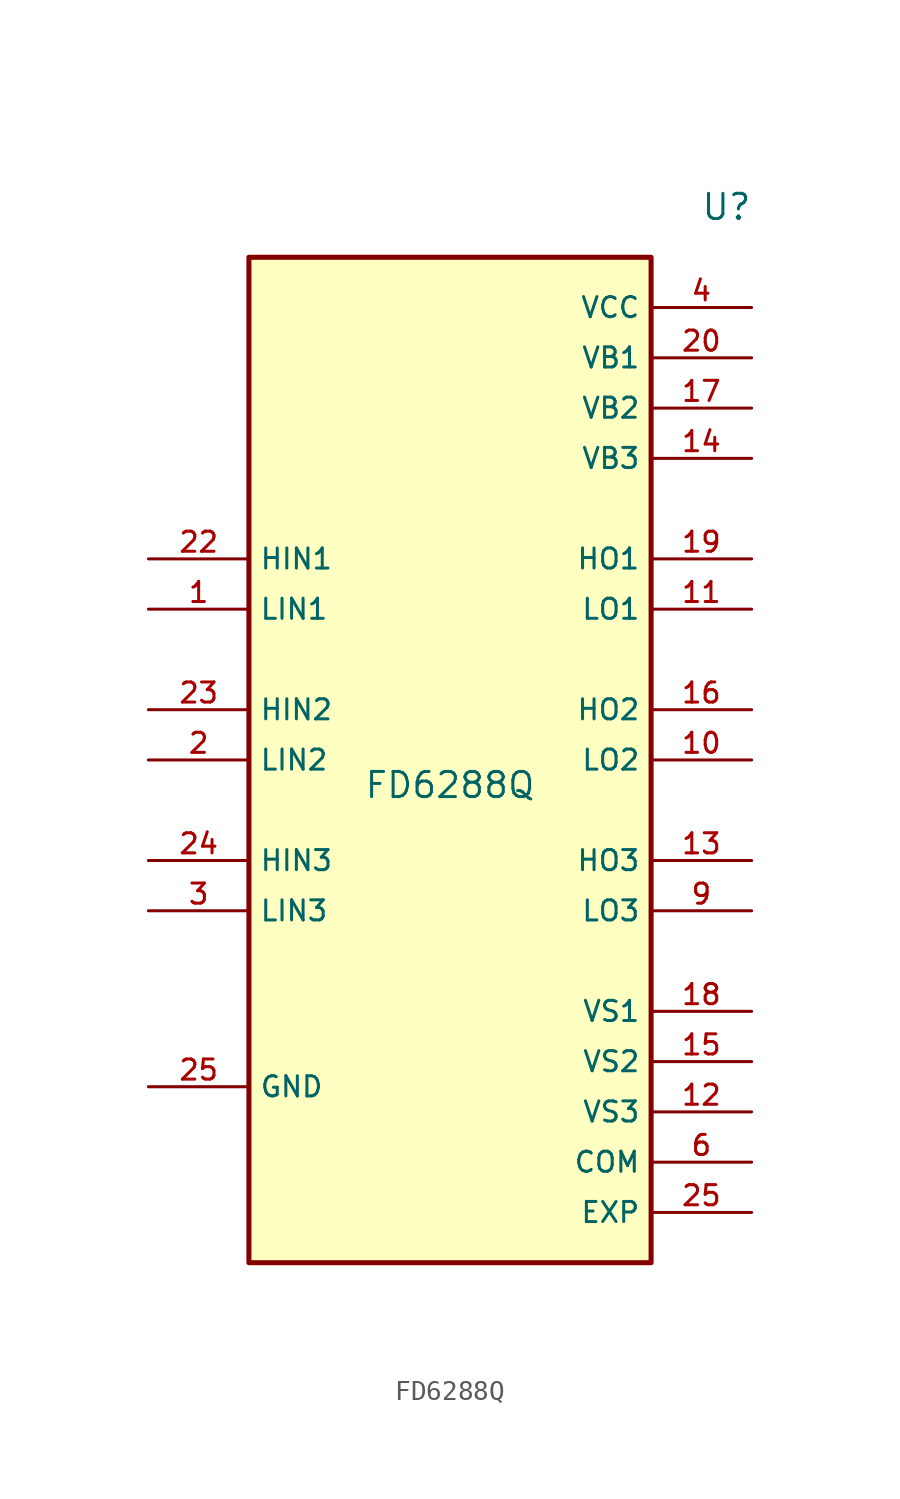
<source format=kicad_sym>
(kicad_symbol_lib
  (version 20231120)
  (generator "kicad_symbol_editor")
  (generator_version "8.0")
  (symbol "FD6288Q"
    (property "Reference" "U"
      (at 13.97 29.21 0)
      (effects (font (size 1.27 1.27))))
    (property "Value" "FD6288Q"
      (at 0 0 0)
      (effects (font (size 1.27 1.27))))
    (symbol "FD6288Q_0_0"
      (rectangle (start -10.16 26.67) (end 10.16 -24.13) (stroke (width 0.254) (type solid)) (fill (type background)))
      (pin input line (at -15.24 8.89 0) (length 5.08) (name "LIN1" (effects (font (size 1.016 1.016)))) (number "1" (effects (font (size 1.016 1.016)))))
      (pin output line (at 15.24 1.27 180) (length 5.08) (name "LO2" (effects (font (size 1.016 1.016)))) (number "10" (effects (font (size 1.016 1.016)))))
      (pin output line (at 15.24 8.89 180) (length 5.08) (name "LO1" (effects (font (size 1.016 1.016)))) (number "11" (effects (font (size 1.016 1.016)))))
      (pin power_in line (at 15.24 -16.51 180) (length 5.08) (name "VS3" (effects (font (size 1.016 1.016)))) (number "12" (effects (font (size 1.016 1.016)))))
      (pin output line (at 15.24 -3.81 180) (length 5.08) (name "HO3" (effects (font (size 1.016 1.016)))) (number "13" (effects (font (size 1.016 1.016)))))
      (pin power_in line (at 15.24 16.51 180) (length 5.08) (name "VB3" (effects (font (size 1.016 1.016)))) (number "14" (effects (font (size 1.016 1.016)))))
      (pin power_in line (at 15.24 -13.97 180) (length 5.08) (name "VS2" (effects (font (size 1.016 1.016)))) (number "15" (effects (font (size 1.016 1.016)))))
      (pin output line (at 15.24 3.81 180) (length 5.08) (name "HO2" (effects (font (size 1.016 1.016)))) (number "16" (effects (font (size 1.016 1.016)))))
      (pin power_in line (at 15.24 19.05 180) (length 5.08) (name "VB2" (effects (font (size 1.016 1.016)))) (number "17" (effects (font (size 1.016 1.016)))))
      (pin power_in line (at 15.24 -11.43 180) (length 5.08) (name "VS1" (effects (font (size 1.016 1.016)))) (number "18" (effects (font (size 1.016 1.016)))))
      (pin output line (at 15.24 11.43 180) (length 5.08) (name "HO1" (effects (font (size 1.016 1.016)))) (number "19" (effects (font (size 1.016 1.016)))))
      (pin input line (at -15.24 1.27 0) (length 5.08) (name "LIN2" (effects (font (size 1.016 1.016)))) (number "2" (effects (font (size 1.016 1.016)))))
      (pin power_in line (at 15.24 21.59 180) (length 5.08) (name "VB1" (effects (font (size 1.016 1.016)))) (number "20" (effects (font (size 1.016 1.016)))))
      (pin input line (at -15.24 11.43 0) (length 5.08) (name "HIN1" (effects (font (size 1.016 1.016)))) (number "22" (effects (font (size 1.016 1.016)))))
      (pin input line (at -15.24 3.81 0) (length 5.08) (name "HIN2" (effects (font (size 1.016 1.016)))) (number "23" (effects (font (size 1.016 1.016)))))
      (pin input line (at -15.24 -3.81 0) (length 5.08) (name "HIN3" (effects (font (size 1.016 1.016)))) (number "24" (effects (font (size 1.016 1.016)))))
      (pin power_in line (at 15.24 -21.59 180) (length 5.08) (name "EXP" (effects (font (size 1.016 1.016)))) (number "25" (effects (font (size 1.016 1.016)))))
      (pin input line (at -15.24 -6.35 0) (length 5.08) (name "LIN3" (effects (font (size 1.016 1.016)))) (number "3" (effects (font (size 1.016 1.016)))))
      (pin power_in line (at 15.24 24.13 180) (length 5.08) (name "VCC" (effects (font (size 1.016 1.016)))) (number "4" (effects (font (size 1.016 1.016)))))
      (pin power_in line (at 15.24 -19.05 180) (length 5.08) (name "COM" (effects (font (size 1.016 1.016)))) (number "6" (effects (font (size 1.016 1.016)))))
      (pin output line (at 15.24 -6.35 180) (length 5.08) (name "LO3" (effects (font (size 1.016 1.016)))) (number "9" (effects (font (size 1.016 1.016))))))
    (symbol "FD6288Q_1_0"
      (pin input line (at -15.24 -15.24 0) (length 5.08) (name "GND" (effects (font (size 1.016 1.016)))) (number "25" (effects (font (size 1.016 1.016))))))))
</source>
